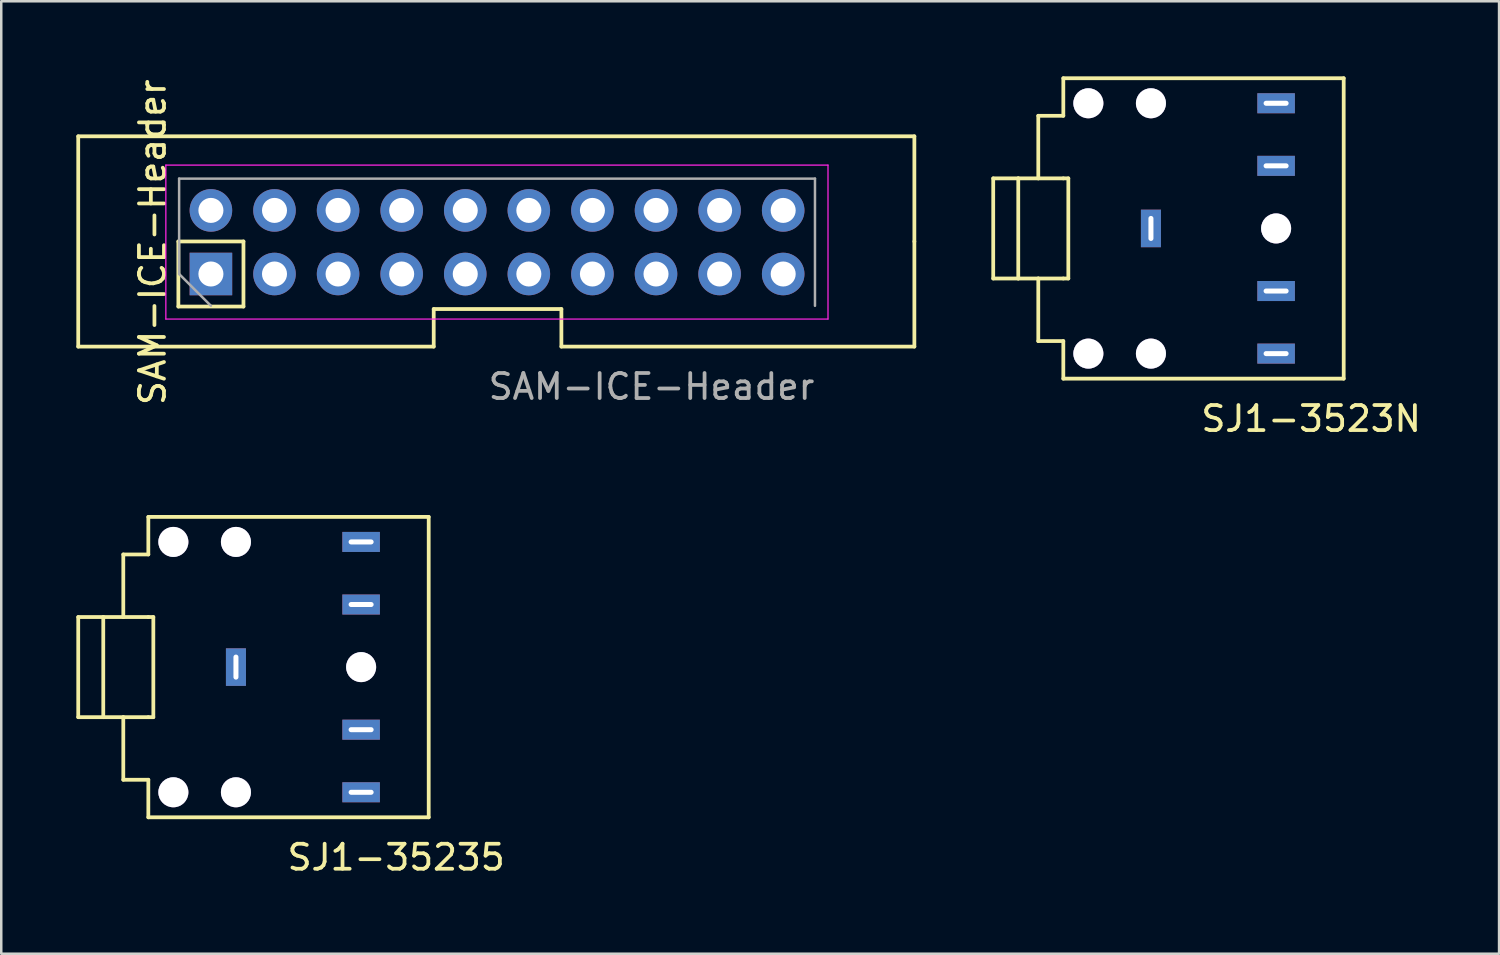
<source format=kicad_pcb>
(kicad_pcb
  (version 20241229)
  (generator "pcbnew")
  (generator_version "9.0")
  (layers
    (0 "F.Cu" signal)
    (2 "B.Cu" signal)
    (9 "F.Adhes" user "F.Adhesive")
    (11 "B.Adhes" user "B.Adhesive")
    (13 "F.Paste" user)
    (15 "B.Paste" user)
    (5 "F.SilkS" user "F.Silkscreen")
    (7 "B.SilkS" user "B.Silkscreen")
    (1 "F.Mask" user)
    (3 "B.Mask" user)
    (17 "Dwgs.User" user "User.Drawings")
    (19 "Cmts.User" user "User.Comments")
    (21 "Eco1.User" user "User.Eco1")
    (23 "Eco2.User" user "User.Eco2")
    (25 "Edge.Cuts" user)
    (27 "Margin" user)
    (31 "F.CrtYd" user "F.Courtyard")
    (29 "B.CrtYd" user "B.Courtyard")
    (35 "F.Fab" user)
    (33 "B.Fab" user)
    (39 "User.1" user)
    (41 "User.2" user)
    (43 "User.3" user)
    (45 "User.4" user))
  (footprint "SJ1-3523N"
    (layer "F.Cu")
    (at 47.925 6.075)
    (property "Reference" "SJ1-3523N" (at 1.4 7.6 0) (layer "F.SilkS") (effects (font (size 1 1) (thickness 0.15))))
    (attr through_hole)
    (fp_line (start -11.3 -2) (end -11.3 2) (stroke (width 0.15) (type solid)) (layer "F.SilkS"))
    (fp_line (start -11.3 -2) (end -10.3 -2) (stroke (width 0.15) (type solid)) (layer "F.SilkS"))
    (fp_line (start -11.3 2) (end -10.3 2) (stroke (width 0.15) (type solid)) (layer "F.SilkS"))
    (fp_line (start -10.3 -2) (end -10.3 2) (stroke (width 0.15) (type solid)) (layer "F.SilkS"))
    (fp_line (start -10.3 2) (end -9.5 2) (stroke (width 0.15) (type solid)) (layer "F.SilkS"))
    (fp_line (start -9.5 -4.5) (end -9.5 -2) (stroke (width 0.15) (type solid)) (layer "F.SilkS"))
    (fp_line (start -9.5 -2) (end -10.3 -2) (stroke (width 0.15) (type solid)) (layer "F.SilkS"))
    (fp_line (start -9.5 -2) (end -8.5 -2) (stroke (width 0.15) (type solid)) (layer "F.SilkS"))
    (fp_line (start -9.5 2) (end -8.5 2) (stroke (width 0.15) (type solid)) (layer "F.SilkS"))
    (fp_line (start -9.5 4.5) (end -9.5 2) (stroke (width 0.15) (type solid)) (layer "F.SilkS"))
    (fp_line (start -8.5 -6) (end -8.5 -4.5) (stroke (width 0.15) (type solid)) (layer "F.SilkS"))
    (fp_line (start -8.5 -4.5) (end -9.5 -4.5) (stroke (width 0.15) (type solid)) (layer "F.SilkS"))
    (fp_line (start -8.5 2) (end -8.3 2) (stroke (width 0.15) (type solid)) (layer "F.SilkS"))
    (fp_line (start -8.5 4.5) (end -9.5 4.5) (stroke (width 0.15) (type solid)) (layer "F.SilkS"))
    (fp_line (start -8.5 6) (end -8.5 4.5) (stroke (width 0.15) (type solid)) (layer "F.SilkS"))
    (fp_line (start -8.5 6) (end 2.7 6) (stroke (width 0.15) (type solid)) (layer "F.SilkS"))
    (fp_line (start -8.3 -2) (end -8.5 -2) (stroke (width 0.15) (type solid)) (layer "F.SilkS"))
    (fp_line (start -8.3 2) (end -8.3 -2) (stroke (width 0.15) (type solid)) (layer "F.SilkS"))
    (fp_line (start 2.7 -6) (end -8.5 -6) (stroke (width 0.15) (type solid)) (layer "F.SilkS"))
    (fp_line (start 2.7 -6) (end 2.7 6) (stroke (width 0.15) (type solid)) (layer "F.SilkS"))
    (pad "" thru_hole circle (at -7.5 -5) (size 1.2 1.2) (drill 1.2) (layers "*.Cu" "*.Mask"))
    (pad "" thru_hole circle (at -7.5 5) (size 1.2 1.2) (drill 1.2) (layers "*.Cu" "*.Mask"))
    (pad "" thru_hole circle (at -5 -5) (size 1.2 1.2) (drill 1.2) (layers "*.Cu" "*.Mask"))
    (pad "" thru_hole circle (at -5 5) (size 1.2 1.2) (drill 1.2) (layers "*.Cu" "*.Mask"))
    (pad "" thru_hole circle (at 0 0) (size 1.2 1.2) (drill 1.2) (layers "*.Cu" "*.Mask"))
    (pad "1" thru_hole rect (at -5 0) (size 0.8 1.5) (drill oval 0.2 1) (layers "*.Cu" "*.Mask"))
    (pad "2" thru_hole rect (at 0 5) (size 1.5 0.8) (drill oval 1 0.2) (layers "*.Cu" "*.Mask"))
    (pad "3" thru_hole rect (at 0 -5) (size 1.5 0.8) (drill oval 1 0.2) (layers "*.Cu" "*.Mask"))
    (pad "4" thru_hole rect (at 0 2.5) (size 1.5 0.8) (drill oval 1 0.2) (layers "*.Cu" "*.Mask"))
    (pad "5" thru_hole rect (at 0 -2.5) (size 1.5 0.8) (drill oval 1 0.2) (layers "*.Cu" "*.Mask")))
  (footprint "SJ1-35235"
    (layer "F.Cu")
    (at 11.375 23.598)
    (property "Reference" "SJ1-35235" (at 1.4 7.6 0) (layer "F.SilkS") (effects (font (size 1 1) (thickness 0.15))))
    (attr through_hole)
    (fp_line (start -11.3 -2) (end -11.3 2) (stroke (width 0.15) (type solid)) (layer "F.SilkS"))
    (fp_line (start -11.3 -2) (end -10.3 -2) (stroke (width 0.15) (type solid)) (layer "F.SilkS"))
    (fp_line (start -11.3 2) (end -10.3 2) (stroke (width 0.15) (type solid)) (layer "F.SilkS"))
    (fp_line (start -10.3 -2) (end -10.3 2) (stroke (width 0.15) (type solid)) (layer "F.SilkS"))
    (fp_line (start -10.3 2) (end -9.5 2) (stroke (width 0.15) (type solid)) (layer "F.SilkS"))
    (fp_line (start -9.5 -4.5) (end -9.5 -2) (stroke (width 0.15) (type solid)) (layer "F.SilkS"))
    (fp_line (start -9.5 -2) (end -10.3 -2) (stroke (width 0.15) (type solid)) (layer "F.SilkS"))
    (fp_line (start -9.5 -2) (end -8.5 -2) (stroke (width 0.15) (type solid)) (layer "F.SilkS"))
    (fp_line (start -9.5 2) (end -8.5 2) (stroke (width 0.15) (type solid)) (layer "F.SilkS"))
    (fp_line (start -9.5 4.5) (end -9.5 2) (stroke (width 0.15) (type solid)) (layer "F.SilkS"))
    (fp_line (start -8.5 -6) (end -8.5 -4.5) (stroke (width 0.15) (type solid)) (layer "F.SilkS"))
    (fp_line (start -8.5 -4.5) (end -9.5 -4.5) (stroke (width 0.15) (type solid)) (layer "F.SilkS"))
    (fp_line (start -8.5 2) (end -8.3 2) (stroke (width 0.15) (type solid)) (layer "F.SilkS"))
    (fp_line (start -8.5 4.5) (end -9.5 4.5) (stroke (width 0.15) (type solid)) (layer "F.SilkS"))
    (fp_line (start -8.5 6) (end -8.5 4.5) (stroke (width 0.15) (type solid)) (layer "F.SilkS"))
    (fp_line (start -8.5 6) (end 2.7 6) (stroke (width 0.15) (type solid)) (layer "F.SilkS"))
    (fp_line (start -8.3 -2) (end -8.5 -2) (stroke (width 0.15) (type solid)) (layer "F.SilkS"))
    (fp_line (start -8.3 2) (end -8.3 -2) (stroke (width 0.15) (type solid)) (layer "F.SilkS"))
    (fp_line (start 2.7 -6) (end -8.5 -6) (stroke (width 0.15) (type solid)) (layer "F.SilkS"))
    (fp_line (start 2.7 -6) (end 2.7 6) (stroke (width 0.15) (type solid)) (layer "F.SilkS"))
    (pad "" thru_hole circle (at -7.5 -5) (size 1.2 1.2) (drill 1.2) (layers "*.Cu" "*.Mask"))
    (pad "" thru_hole circle (at -7.5 5) (size 1.2 1.2) (drill 1.2) (layers "*.Cu" "*.Mask"))
    (pad "" thru_hole circle (at -5 -5) (size 1.2 1.2) (drill 1.2) (layers "*.Cu" "*.Mask"))
    (pad "" thru_hole circle (at -5 5) (size 1.2 1.2) (drill 1.2) (layers "*.Cu" "*.Mask"))
    (pad "" thru_hole circle (at 0 0) (size 1.2 1.2) (drill 1.2) (layers "*.Cu" "*.Mask"))
    (pad "1" thru_hole rect (at -5 0) (size 0.8 1.5) (drill oval 0.2 1) (layers "*.Cu" "*.Mask"))
    (pad "2" thru_hole rect (at 0 5) (size 1.5 0.8) (drill oval 1 0.2) (layers "*.Cu" "*.Mask"))
    (pad "3" thru_hole rect (at 0 -5) (size 1.5 0.8) (drill oval 1 0.2) (layers "*.Cu" "*.Mask"))
    (pad "4" thru_hole rect (at 0 2.5) (size 1.5 0.8) (drill oval 1 0.2) (layers "*.Cu" "*.Mask"))
    (pad "5" thru_hole rect (at 0 -2.5) (size 1.5 0.8) (drill oval 1 0.2) (layers "*.Cu" "*.Mask")))
  (footprint "SAM-ICE-Header"
    (layer "F.Cu")
    (at 16.775 6.595)
    (property "Reference" "SAM-ICE-Header" (at -13.73 0.03 90) (layer "F.SilkS") (effects (font (size 1 1) (thickness 0.15))))
    (attr through_hole)
    (fp_line (start -16.7 -4.2) (end 16.7 -4.2) (stroke (width 0.15) (type solid)) (layer "F.SilkS"))
    (fp_line (start -16.7 4.2) (end -16.7 -4.2) (stroke (width 0.15) (type solid)) (layer "F.SilkS"))
    (fp_line (start -12.7 0) (end -10.1 0) (stroke (width 0.15) (type solid)) (layer "F.SilkS"))
    (fp_line (start -12.7 2.6) (end -12.7 0) (stroke (width 0.15) (type solid)) (layer "F.SilkS"))
    (fp_line (start -10.1 0) (end -10.1 2.6) (stroke (width 0.15) (type solid)) (layer "F.SilkS"))
    (fp_line (start -10.1 2.6) (end -12.7 2.6) (stroke (width 0.15) (type solid)) (layer "F.SilkS"))
    (fp_line (start -2.5 2.7) (end -2.5 4.2) (stroke (width 0.15) (type solid)) (layer "F.SilkS"))
    (fp_line (start -2.5 2.7) (end 2.6 2.7) (stroke (width 0.15) (type solid)) (layer "F.SilkS"))
    (fp_line (start -2.5 4.2) (end -16.7 4.2) (stroke (width 0.15) (type solid)) (layer "F.SilkS"))
    (fp_line (start 2.6 2.7) (end 2.6 4.2) (stroke (width 0.15) (type solid)) (layer "F.SilkS"))
    (fp_line (start 16.7 -4.2) (end 16.7 0) (stroke (width 0.15) (type solid)) (layer "F.SilkS"))
    (fp_line (start 16.7 0) (end 16.7 4.2) (stroke (width 0.15) (type solid)) (layer "F.SilkS"))
    (fp_line (start 16.7 4.2) (end 2.6 4.2) (stroke (width 0.15) (type solid)) (layer "F.SilkS"))
    (fp_line (start -13.2 -3.05) (end -13.2 3.1) (stroke (width 0.05) (type solid)) (layer "F.CrtYd"))
    (fp_line (start -13.2 3.1) (end 13.25 3.1) (stroke (width 0.05) (type solid)) (layer "F.CrtYd"))
    (fp_line (start 13.25 -3.05) (end -13.2 -3.05) (stroke (width 0.05) (type solid)) (layer "F.CrtYd"))
    (fp_line (start 13.25 3.1) (end 13.25 -3.05) (stroke (width 0.05) (type solid)) (layer "F.CrtYd"))
    (fp_line (start -12.67 -2.51) (end 12.73 -2.51) (stroke (width 0.1) (type solid)) (layer "F.Fab"))
    (fp_line (start -12.67 1.3) (end -12.67 -2.51) (stroke (width 0.1) (type solid)) (layer "F.Fab"))
    (fp_line (start -11.4 2.57) (end -12.67 1.3) (stroke (width 0.1) (type solid)) (layer "F.Fab"))
    (fp_line (start 12.73 -2.51) (end 12.73 2.57) (stroke (width 0.1) (type solid)) (layer "F.Fab"))
    (fp_text user "${REFERENCE}" (at 6.2 5.8 180) (layer "F.Fab") (effects (font (size 1 1) (thickness 0.15))))
    (pad "1" thru_hole rect (at -11.4 1.3 90) (size 1.7 1.7) (drill 1) (layers "*.Cu" "*.Mask"))
    (pad "2" thru_hole oval (at -11.4 -1.24 90) (size 1.7 1.7) (drill 1) (layers "*.Cu" "*.Mask"))
    (pad "3" thru_hole oval (at -8.86 1.3 90) (size 1.7 1.7) (drill 1) (layers "*.Cu" "*.Mask"))
    (pad "4" thru_hole oval (at -8.86 -1.24 90) (size 1.7 1.7) (drill 1) (layers "*.Cu" "*.Mask"))
    (pad "5" thru_hole oval (at -6.32 1.3 90) (size 1.7 1.7) (drill 1) (layers "*.Cu" "*.Mask"))
    (pad "6" thru_hole oval (at -6.32 -1.24 90) (size 1.7 1.7) (drill 1) (layers "*.Cu" "*.Mask"))
    (pad "7" thru_hole oval (at -3.78 1.3 90) (size 1.7 1.7) (drill 1) (layers "*.Cu" "*.Mask"))
    (pad "8" thru_hole oval (at -3.78 -1.24 90) (size 1.7 1.7) (drill 1) (layers "*.Cu" "*.Mask"))
    (pad "9" thru_hole oval (at -1.24 1.3 90) (size 1.7 1.7) (drill 1) (layers "*.Cu" "*.Mask"))
    (pad "10" thru_hole oval (at -1.24 -1.24 90) (size 1.7 1.7) (drill 1) (layers "*.Cu" "*.Mask"))
    (pad "11" thru_hole oval (at 1.3 1.3 90) (size 1.7 1.7) (drill 1) (layers "*.Cu" "*.Mask"))
    (pad "12" thru_hole oval (at 1.3 -1.24 90) (size 1.7 1.7) (drill 1) (layers "*.Cu" "*.Mask"))
    (pad "13" thru_hole oval (at 3.84 1.3 90) (size 1.7 1.7) (drill 1) (layers "*.Cu" "*.Mask"))
    (pad "14" thru_hole oval (at 3.84 -1.24 90) (size 1.7 1.7) (drill 1) (layers "*.Cu" "*.Mask"))
    (pad "15" thru_hole oval (at 6.38 1.3 90) (size 1.7 1.7) (drill 1) (layers "*.Cu" "*.Mask"))
    (pad "16" thru_hole oval (at 6.38 -1.24 90) (size 1.7 1.7) (drill 1) (layers "*.Cu" "*.Mask"))
    (pad "17" thru_hole oval (at 8.92 1.3 90) (size 1.7 1.7) (drill 1) (layers "*.Cu" "*.Mask"))
    (pad "18" thru_hole oval (at 8.92 -1.24 90) (size 1.7 1.7) (drill 1) (layers "*.Cu" "*.Mask"))
    (pad "19" thru_hole oval (at 11.46 1.3 90) (size 1.7 1.7) (drill 1) (layers "*.Cu" "*.Mask"))
    (pad "20" thru_hole oval (at 11.46 -1.24 90) (size 1.7 1.7) (drill 1) (layers "*.Cu" "*.Mask")))
  (gr_rect
    (start -3 -3)
    (end 56.831 35.047)
    (stroke (width 0.1) (type default))
    (fill no)
    (layer "Edge.Cuts")))
</source>
